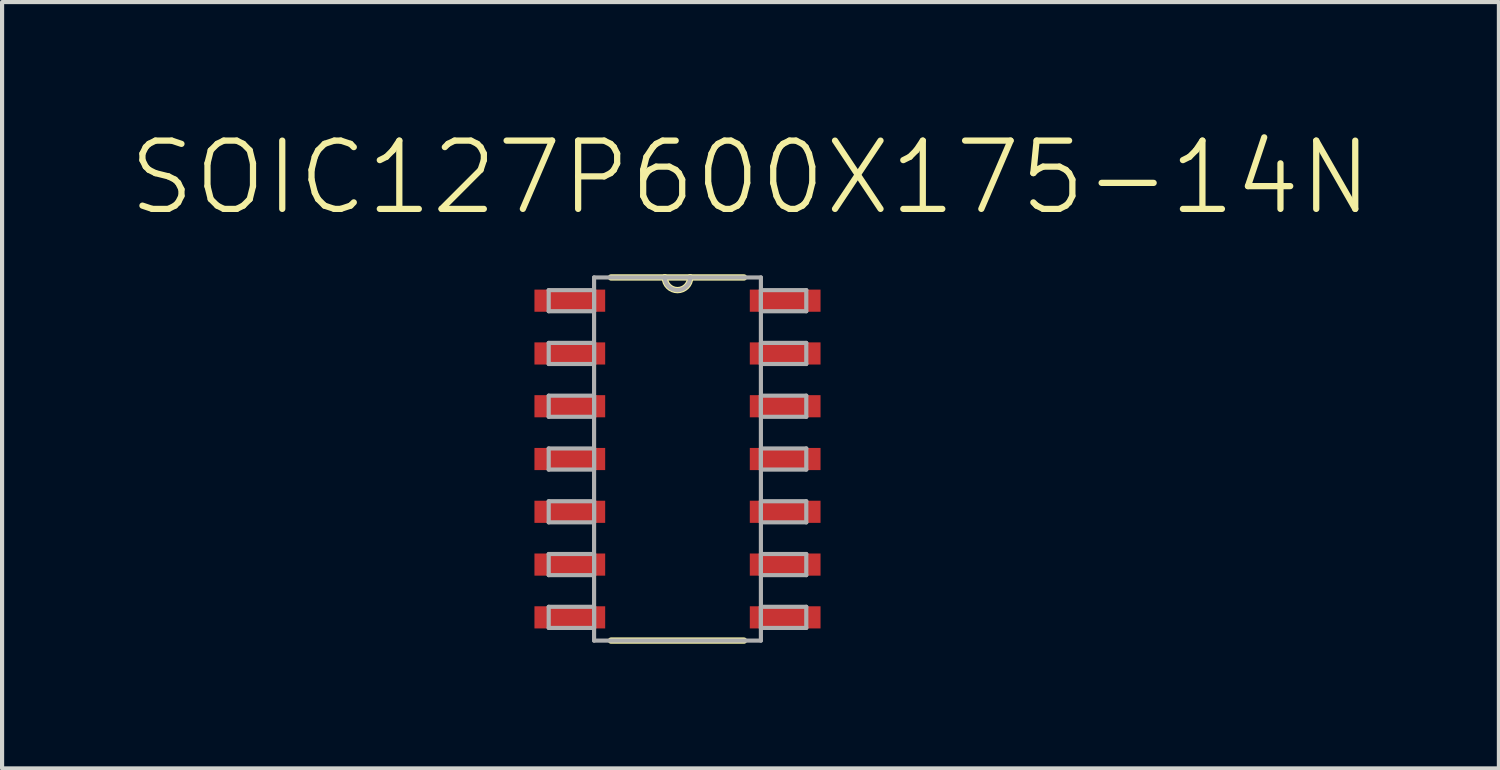
<source format=kicad_pcb>
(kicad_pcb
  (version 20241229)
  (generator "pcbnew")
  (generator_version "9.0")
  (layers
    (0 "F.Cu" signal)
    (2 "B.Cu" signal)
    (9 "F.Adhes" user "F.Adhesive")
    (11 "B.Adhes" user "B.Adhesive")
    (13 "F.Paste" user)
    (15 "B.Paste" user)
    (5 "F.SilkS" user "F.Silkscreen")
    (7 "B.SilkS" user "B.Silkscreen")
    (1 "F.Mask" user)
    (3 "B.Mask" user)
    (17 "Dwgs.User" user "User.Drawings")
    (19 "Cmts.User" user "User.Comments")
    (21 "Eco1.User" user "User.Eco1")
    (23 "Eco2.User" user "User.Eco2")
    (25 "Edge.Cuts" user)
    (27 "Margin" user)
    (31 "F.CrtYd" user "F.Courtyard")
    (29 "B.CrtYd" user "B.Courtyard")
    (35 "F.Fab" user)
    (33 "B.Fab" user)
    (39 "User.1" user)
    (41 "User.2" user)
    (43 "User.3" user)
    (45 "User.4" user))
  (footprint "SOIC127P600X175-14N"
    (layer "F.Cu")
    (at 13.252 7.995)
    (property "Reference" "SOIC127P600X175-14N" (at 1.756 -6.771 0) (layer "F.SilkS") (effects (font (size 1.643 1.643) (thickness 0.15))))
    (attr smd)
    (fp_line (start -1.6 4.369) (end 1.6 4.369) (stroke (width 0.152) (type solid)) (layer "F.SilkS"))
    (fp_line (start -0.305 -4.369) (end -1.6 -4.369) (stroke (width 0.152) (type solid)) (layer "F.SilkS"))
    (fp_line (start 0.305 -4.369) (end -0.305 -4.369) (stroke (width 0.152) (type solid)) (layer "F.SilkS"))
    (fp_line (start 1.6 -4.369) (end 0.305 -4.369) (stroke (width 0.152) (type solid)) (layer "F.SilkS"))
    (fp_arc (start 0.3048 -4.3688) (mid 0 -4.064) (end -0.3048 -4.3688) (stroke (width 0.1524) (type solid)) (layer "F.SilkS"))
    (fp_line (start -3.099 -4.064) (end -3.099 -3.556) (stroke (width 0.1) (type solid)) (layer "F.Fab"))
    (fp_line (start -3.099 -3.556) (end -2.007 -3.556) (stroke (width 0.1) (type solid)) (layer "F.Fab"))
    (fp_line (start -3.099 -2.794) (end -3.099 -2.286) (stroke (width 0.1) (type solid)) (layer "F.Fab"))
    (fp_line (start -3.099 -2.286) (end -2.007 -2.286) (stroke (width 0.1) (type solid)) (layer "F.Fab"))
    (fp_line (start -3.099 -1.524) (end -3.099 -1.016) (stroke (width 0.1) (type solid)) (layer "F.Fab"))
    (fp_line (start -3.099 -1.016) (end -2.007 -1.016) (stroke (width 0.1) (type solid)) (layer "F.Fab"))
    (fp_line (start -3.099 -0.254) (end -3.099 0.254) (stroke (width 0.1) (type solid)) (layer "F.Fab"))
    (fp_line (start -3.099 0.254) (end -2.007 0.254) (stroke (width 0.1) (type solid)) (layer "F.Fab"))
    (fp_line (start -3.099 1.016) (end -3.099 1.524) (stroke (width 0.1) (type solid)) (layer "F.Fab"))
    (fp_line (start -3.099 1.524) (end -2.007 1.524) (stroke (width 0.1) (type solid)) (layer "F.Fab"))
    (fp_line (start -3.099 2.286) (end -3.099 2.794) (stroke (width 0.1) (type solid)) (layer "F.Fab"))
    (fp_line (start -3.099 2.794) (end -2.007 2.794) (stroke (width 0.1) (type solid)) (layer "F.Fab"))
    (fp_line (start -3.099 3.556) (end -3.099 4.064) (stroke (width 0.1) (type solid)) (layer "F.Fab"))
    (fp_line (start -3.099 4.064) (end -2.007 4.064) (stroke (width 0.1) (type solid)) (layer "F.Fab"))
    (fp_line (start -2.007 -4.369) (end -2.007 4.369) (stroke (width 0.1) (type solid)) (layer "F.Fab"))
    (fp_line (start -2.007 -4.064) (end -3.099 -4.064) (stroke (width 0.1) (type solid)) (layer "F.Fab"))
    (fp_line (start -2.007 -3.556) (end -2.007 -4.064) (stroke (width 0.1) (type solid)) (layer "F.Fab"))
    (fp_line (start -2.007 -2.794) (end -3.099 -2.794) (stroke (width 0.1) (type solid)) (layer "F.Fab"))
    (fp_line (start -2.007 -2.286) (end -2.007 -2.794) (stroke (width 0.1) (type solid)) (layer "F.Fab"))
    (fp_line (start -2.007 -1.524) (end -3.099 -1.524) (stroke (width 0.1) (type solid)) (layer "F.Fab"))
    (fp_line (start -2.007 -1.016) (end -2.007 -1.524) (stroke (width 0.1) (type solid)) (layer "F.Fab"))
    (fp_line (start -2.007 -0.254) (end -3.099 -0.254) (stroke (width 0.1) (type solid)) (layer "F.Fab"))
    (fp_line (start -2.007 0.254) (end -2.007 -0.254) (stroke (width 0.1) (type solid)) (layer "F.Fab"))
    (fp_line (start -2.007 1.016) (end -3.099 1.016) (stroke (width 0.1) (type solid)) (layer "F.Fab"))
    (fp_line (start -2.007 1.524) (end -2.007 1.016) (stroke (width 0.1) (type solid)) (layer "F.Fab"))
    (fp_line (start -2.007 2.286) (end -3.099 2.286) (stroke (width 0.1) (type solid)) (layer "F.Fab"))
    (fp_line (start -2.007 2.794) (end -2.007 2.286) (stroke (width 0.1) (type solid)) (layer "F.Fab"))
    (fp_line (start -2.007 3.556) (end -3.099 3.556) (stroke (width 0.1) (type solid)) (layer "F.Fab"))
    (fp_line (start -2.007 4.064) (end -2.007 3.556) (stroke (width 0.1) (type solid)) (layer "F.Fab"))
    (fp_line (start -2.007 4.369) (end 2.007 4.369) (stroke (width 0.1) (type solid)) (layer "F.Fab"))
    (fp_line (start -0.305 -4.369) (end -2.007 -4.369) (stroke (width 0.1) (type solid)) (layer "F.Fab"))
    (fp_line (start 0.305 -4.369) (end -0.305 -4.369) (stroke (width 0.1) (type solid)) (layer "F.Fab"))
    (fp_line (start 2.007 -4.369) (end 0.305 -4.369) (stroke (width 0.1) (type solid)) (layer "F.Fab"))
    (fp_line (start 2.007 -4.064) (end 2.007 -3.556) (stroke (width 0.1) (type solid)) (layer "F.Fab"))
    (fp_line (start 2.007 -3.556) (end 3.099 -3.556) (stroke (width 0.1) (type solid)) (layer "F.Fab"))
    (fp_line (start 2.007 -2.794) (end 2.007 -2.286) (stroke (width 0.1) (type solid)) (layer "F.Fab"))
    (fp_line (start 2.007 -2.286) (end 3.099 -2.286) (stroke (width 0.1) (type solid)) (layer "F.Fab"))
    (fp_line (start 2.007 -1.524) (end 2.007 -1.016) (stroke (width 0.1) (type solid)) (layer "F.Fab"))
    (fp_line (start 2.007 -1.016) (end 3.099 -1.016) (stroke (width 0.1) (type solid)) (layer "F.Fab"))
    (fp_line (start 2.007 -0.254) (end 2.007 0.254) (stroke (width 0.1) (type solid)) (layer "F.Fab"))
    (fp_line (start 2.007 0.254) (end 3.099 0.254) (stroke (width 0.1) (type solid)) (layer "F.Fab"))
    (fp_line (start 2.007 1.016) (end 2.007 1.524) (stroke (width 0.1) (type solid)) (layer "F.Fab"))
    (fp_line (start 2.007 1.524) (end 3.099 1.524) (stroke (width 0.1) (type solid)) (layer "F.Fab"))
    (fp_line (start 2.007 2.286) (end 2.007 2.794) (stroke (width 0.1) (type solid)) (layer "F.Fab"))
    (fp_line (start 2.007 2.794) (end 3.099 2.794) (stroke (width 0.1) (type solid)) (layer "F.Fab"))
    (fp_line (start 2.007 3.556) (end 2.007 4.064) (stroke (width 0.1) (type solid)) (layer "F.Fab"))
    (fp_line (start 2.007 4.064) (end 3.099 4.064) (stroke (width 0.1) (type solid)) (layer "F.Fab"))
    (fp_line (start 2.007 4.369) (end 2.007 -4.369) (stroke (width 0.1) (type solid)) (layer "F.Fab"))
    (fp_line (start 3.099 -4.064) (end 2.007 -4.064) (stroke (width 0.1) (type solid)) (layer "F.Fab"))
    (fp_line (start 3.099 -3.556) (end 3.099 -4.064) (stroke (width 0.1) (type solid)) (layer "F.Fab"))
    (fp_line (start 3.099 -2.794) (end 2.007 -2.794) (stroke (width 0.1) (type solid)) (layer "F.Fab"))
    (fp_line (start 3.099 -2.286) (end 3.099 -2.794) (stroke (width 0.1) (type solid)) (layer "F.Fab"))
    (fp_line (start 3.099 -1.524) (end 2.007 -1.524) (stroke (width 0.1) (type solid)) (layer "F.Fab"))
    (fp_line (start 3.099 -1.016) (end 3.099 -1.524) (stroke (width 0.1) (type solid)) (layer "F.Fab"))
    (fp_line (start 3.099 -0.254) (end 2.007 -0.254) (stroke (width 0.1) (type solid)) (layer "F.Fab"))
    (fp_line (start 3.099 0.254) (end 3.099 -0.254) (stroke (width 0.1) (type solid)) (layer "F.Fab"))
    (fp_line (start 3.099 1.016) (end 2.007 1.016) (stroke (width 0.1) (type solid)) (layer "F.Fab"))
    (fp_line (start 3.099 1.524) (end 3.099 1.016) (stroke (width 0.1) (type solid)) (layer "F.Fab"))
    (fp_line (start 3.099 2.286) (end 2.007 2.286) (stroke (width 0.1) (type solid)) (layer "F.Fab"))
    (fp_line (start 3.099 2.794) (end 3.099 2.286) (stroke (width 0.1) (type solid)) (layer "F.Fab"))
    (fp_line (start 3.099 3.556) (end 2.007 3.556) (stroke (width 0.1) (type solid)) (layer "F.Fab"))
    (fp_line (start 3.099 4.064) (end 3.099 3.556) (stroke (width 0.1) (type solid)) (layer "F.Fab"))
    (fp_arc (start 0.3048 -4.3688) (mid 0 -4.064) (end -0.3048 -4.3688) (stroke (width 0.1) (type solid)) (layer "F.Fab"))
    (pad "1" smd rect (at -2.591 -3.81) (size 1.702 0.533) (layers "F.Cu" "F.Mask" "F.Paste"))
    (pad "2" smd rect (at -2.591 -2.54) (size 1.702 0.533) (layers "F.Cu" "F.Mask" "F.Paste"))
    (pad "3" smd rect (at -2.591 -1.27) (size 1.702 0.533) (layers "F.Cu" "F.Mask" "F.Paste"))
    (pad "4" smd rect (at -2.591 0) (size 1.702 0.533) (layers "F.Cu" "F.Mask" "F.Paste"))
    (pad "5" smd rect (at -2.591 1.27) (size 1.702 0.533) (layers "F.Cu" "F.Mask" "F.Paste"))
    (pad "6" smd rect (at -2.591 2.54) (size 1.702 0.533) (layers "F.Cu" "F.Mask" "F.Paste"))
    (pad "7" smd rect (at -2.591 3.81) (size 1.702 0.533) (layers "F.Cu" "F.Mask" "F.Paste"))
    (pad "8" smd rect (at 2.591 3.81) (size 1.702 0.533) (layers "F.Cu" "F.Mask" "F.Paste"))
    (pad "9" smd rect (at 2.591 2.54) (size 1.702 0.533) (layers "F.Cu" "F.Mask" "F.Paste"))
    (pad "10" smd rect (at 2.591 1.27) (size 1.702 0.533) (layers "F.Cu" "F.Mask" "F.Paste"))
    (pad "11" smd rect (at 2.591 0) (size 1.702 0.533) (layers "F.Cu" "F.Mask" "F.Paste"))
    (pad "12" smd rect (at 2.591 -1.27) (size 1.702 0.533) (layers "F.Cu" "F.Mask" "F.Paste"))
    (pad "13" smd rect (at 2.591 -2.54) (size 1.702 0.533) (layers "F.Cu" "F.Mask" "F.Paste"))
    (pad "14" smd rect (at 2.591 -3.81) (size 1.702 0.533) (layers "F.Cu" "F.Mask" "F.Paste")))
  (gr_rect
    (start -3 -3)
    (end 33.017 15.44)
    (stroke (width 0.1) (type default))
    (fill no)
    (layer "Edge.Cuts")))
</source>
